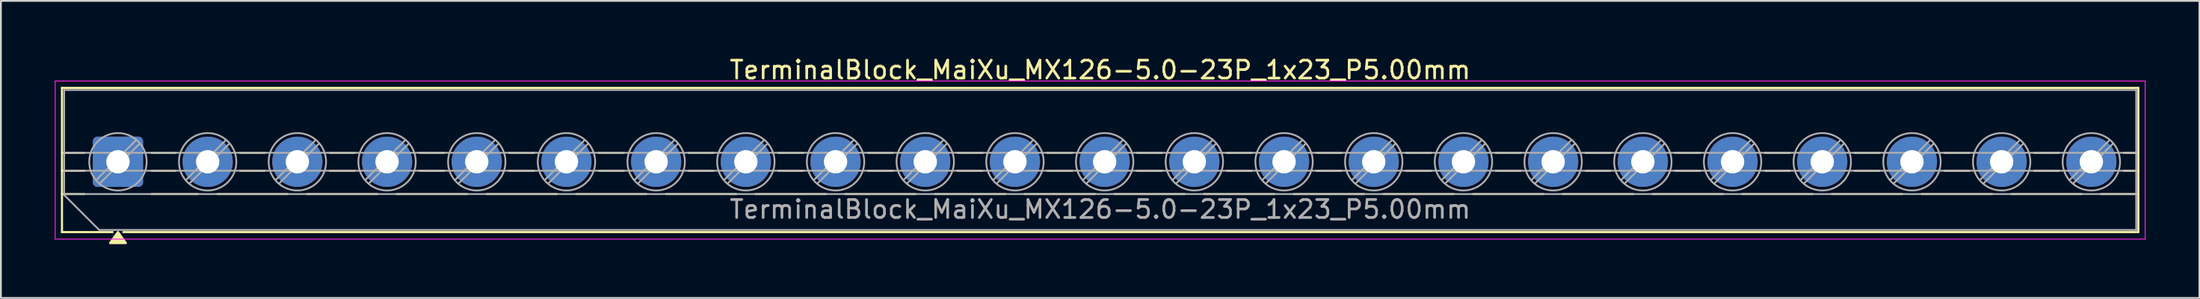
<source format=kicad_pcb>
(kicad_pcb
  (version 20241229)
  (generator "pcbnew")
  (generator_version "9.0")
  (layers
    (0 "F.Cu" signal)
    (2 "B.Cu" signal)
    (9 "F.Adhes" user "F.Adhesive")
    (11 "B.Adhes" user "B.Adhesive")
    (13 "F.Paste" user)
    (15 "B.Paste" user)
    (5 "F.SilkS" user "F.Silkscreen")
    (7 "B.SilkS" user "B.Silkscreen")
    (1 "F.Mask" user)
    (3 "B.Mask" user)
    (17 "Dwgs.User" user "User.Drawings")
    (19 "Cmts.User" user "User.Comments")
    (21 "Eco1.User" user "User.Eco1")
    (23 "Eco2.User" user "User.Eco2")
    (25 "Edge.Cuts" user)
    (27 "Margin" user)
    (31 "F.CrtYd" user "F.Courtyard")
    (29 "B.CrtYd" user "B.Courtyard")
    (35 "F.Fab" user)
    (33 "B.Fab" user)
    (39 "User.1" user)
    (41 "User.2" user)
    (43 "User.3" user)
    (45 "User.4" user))
  (footprint "TerminalBlock_MaiXu_MX126-5.0-23P_1x23_P5.00mm"
    (layer "F.Cu")
    (at 3.525 5.968)
    (property "Reference" "TerminalBlock_MaiXu_MX126-5.0-23P_1x23_P5.00mm" (at 54.75 -5.12 0) (layer "F.SilkS") (effects (font (size 1 1) (thickness 0.15))))
    (attr through_hole)
    (fp_line (start -3.12 -4.12) (end -3.12 3.92) (stroke (width 0.12) (type solid)) (layer "F.SilkS"))
    (fp_line (start -3.12 -4.12) (end 112.62 -4.12) (stroke (width 0.12) (type solid)) (layer "F.SilkS"))
    (fp_line (start -3.12 -0.5) (end -1.88 -0.5) (stroke (width 0.12) (type solid)) (layer "F.SilkS"))
    (fp_line (start -3.12 0.5) (end -1.88 0.5) (stroke (width 0.12) (type solid)) (layer "F.SilkS"))
    (fp_line (start -3.12 1.8) (end -1.88 1.8) (stroke (width 0.12) (type solid)) (layer "F.SilkS"))
    (fp_line (start -3.12 3.92) (end -0.3 3.92) (stroke (width 0.12) (type solid)) (layer "F.SilkS"))
    (fp_line (start 0.3 3.92) (end 112.62 3.92) (stroke (width 0.12) (type solid)) (layer "F.SilkS"))
    (fp_line (start 1.88 -0.5) (end 3.188 -0.5) (stroke (width 0.12) (type solid)) (layer "F.SilkS"))
    (fp_line (start 1.88 0.5) (end 3.188 0.5) (stroke (width 0.12) (type solid)) (layer "F.SilkS"))
    (fp_line (start 1.88 1.8) (end 4.457 1.8) (stroke (width 0.12) (type solid)) (layer "F.SilkS"))
    (fp_line (start 5.543 1.8) (end 9.457 1.8) (stroke (width 0.12) (type solid)) (layer "F.SilkS"))
    (fp_line (start 6.812 -0.5) (end 8.188 -0.5) (stroke (width 0.12) (type solid)) (layer "F.SilkS"))
    (fp_line (start 6.812 0.5) (end 8.188 0.5) (stroke (width 0.12) (type solid)) (layer "F.SilkS"))
    (fp_line (start 10.543 1.8) (end 14.457 1.8) (stroke (width 0.12) (type solid)) (layer "F.SilkS"))
    (fp_line (start 11.812 -0.5) (end 13.188 -0.5) (stroke (width 0.12) (type solid)) (layer "F.SilkS"))
    (fp_line (start 11.812 0.5) (end 13.188 0.5) (stroke (width 0.12) (type solid)) (layer "F.SilkS"))
    (fp_line (start 15.543 1.8) (end 19.457 1.8) (stroke (width 0.12) (type solid)) (layer "F.SilkS"))
    (fp_line (start 16.812 -0.5) (end 18.188 -0.5) (stroke (width 0.12) (type solid)) (layer "F.SilkS"))
    (fp_line (start 16.812 0.5) (end 18.188 0.5) (stroke (width 0.12) (type solid)) (layer "F.SilkS"))
    (fp_line (start 20.543 1.8) (end 24.457 1.8) (stroke (width 0.12) (type solid)) (layer "F.SilkS"))
    (fp_line (start 21.812 -0.5) (end 23.188 -0.5) (stroke (width 0.12) (type solid)) (layer "F.SilkS"))
    (fp_line (start 21.812 0.5) (end 23.188 0.5) (stroke (width 0.12) (type solid)) (layer "F.SilkS"))
    (fp_line (start 25.543 1.8) (end 29.457 1.8) (stroke (width 0.12) (type solid)) (layer "F.SilkS"))
    (fp_line (start 26.812 -0.5) (end 28.188 -0.5) (stroke (width 0.12) (type solid)) (layer "F.SilkS"))
    (fp_line (start 26.812 0.5) (end 28.188 0.5) (stroke (width 0.12) (type solid)) (layer "F.SilkS"))
    (fp_line (start 30.543 1.8) (end 34.457 1.8) (stroke (width 0.12) (type solid)) (layer "F.SilkS"))
    (fp_line (start 31.812 -0.5) (end 33.188 -0.5) (stroke (width 0.12) (type solid)) (layer "F.SilkS"))
    (fp_line (start 31.812 0.5) (end 33.188 0.5) (stroke (width 0.12) (type solid)) (layer "F.SilkS"))
    (fp_line (start 35.543 1.8) (end 39.457 1.8) (stroke (width 0.12) (type solid)) (layer "F.SilkS"))
    (fp_line (start 36.812 -0.5) (end 38.188 -0.5) (stroke (width 0.12) (type solid)) (layer "F.SilkS"))
    (fp_line (start 36.812 0.5) (end 38.188 0.5) (stroke (width 0.12) (type solid)) (layer "F.SilkS"))
    (fp_line (start 40.543 1.8) (end 44.457 1.8) (stroke (width 0.12) (type solid)) (layer "F.SilkS"))
    (fp_line (start 41.812 -0.5) (end 43.188 -0.5) (stroke (width 0.12) (type solid)) (layer "F.SilkS"))
    (fp_line (start 41.812 0.5) (end 43.188 0.5) (stroke (width 0.12) (type solid)) (layer "F.SilkS"))
    (fp_line (start 45.543 1.8) (end 49.457 1.8) (stroke (width 0.12) (type solid)) (layer "F.SilkS"))
    (fp_line (start 46.812 -0.5) (end 48.188 -0.5) (stroke (width 0.12) (type solid)) (layer "F.SilkS"))
    (fp_line (start 46.812 0.5) (end 48.188 0.5) (stroke (width 0.12) (type solid)) (layer "F.SilkS"))
    (fp_line (start 50.543 1.8) (end 54.457 1.8) (stroke (width 0.12) (type solid)) (layer "F.SilkS"))
    (fp_line (start 51.812 -0.5) (end 53.188 -0.5) (stroke (width 0.12) (type solid)) (layer "F.SilkS"))
    (fp_line (start 51.812 0.5) (end 53.188 0.5) (stroke (width 0.12) (type solid)) (layer "F.SilkS"))
    (fp_line (start 55.543 1.8) (end 59.457 1.8) (stroke (width 0.12) (type solid)) (layer "F.SilkS"))
    (fp_line (start 56.812 -0.5) (end 58.188 -0.5) (stroke (width 0.12) (type solid)) (layer "F.SilkS"))
    (fp_line (start 56.812 0.5) (end 58.188 0.5) (stroke (width 0.12) (type solid)) (layer "F.SilkS"))
    (fp_line (start 60.543 1.8) (end 64.457 1.8) (stroke (width 0.12) (type solid)) (layer "F.SilkS"))
    (fp_line (start 61.812 -0.5) (end 63.188 -0.5) (stroke (width 0.12) (type solid)) (layer "F.SilkS"))
    (fp_line (start 61.812 0.5) (end 63.188 0.5) (stroke (width 0.12) (type solid)) (layer "F.SilkS"))
    (fp_line (start 65.543 1.8) (end 69.457 1.8) (stroke (width 0.12) (type solid)) (layer "F.SilkS"))
    (fp_line (start 66.812 -0.5) (end 68.188 -0.5) (stroke (width 0.12) (type solid)) (layer "F.SilkS"))
    (fp_line (start 66.812 0.5) (end 68.188 0.5) (stroke (width 0.12) (type solid)) (layer "F.SilkS"))
    (fp_line (start 70.543 1.8) (end 74.457 1.8) (stroke (width 0.12) (type solid)) (layer "F.SilkS"))
    (fp_line (start 71.812 -0.5) (end 73.188 -0.5) (stroke (width 0.12) (type solid)) (layer "F.SilkS"))
    (fp_line (start 71.812 0.5) (end 73.188 0.5) (stroke (width 0.12) (type solid)) (layer "F.SilkS"))
    (fp_line (start 75.543 1.8) (end 79.457 1.8) (stroke (width 0.12) (type solid)) (layer "F.SilkS"))
    (fp_line (start 76.812 -0.5) (end 78.188 -0.5) (stroke (width 0.12) (type solid)) (layer "F.SilkS"))
    (fp_line (start 76.812 0.5) (end 78.188 0.5) (stroke (width 0.12) (type solid)) (layer "F.SilkS"))
    (fp_line (start 80.543 1.8) (end 84.457 1.8) (stroke (width 0.12) (type solid)) (layer "F.SilkS"))
    (fp_line (start 81.812 -0.5) (end 83.188 -0.5) (stroke (width 0.12) (type solid)) (layer "F.SilkS"))
    (fp_line (start 81.812 0.5) (end 83.188 0.5) (stroke (width 0.12) (type solid)) (layer "F.SilkS"))
    (fp_line (start 85.543 1.8) (end 89.457 1.8) (stroke (width 0.12) (type solid)) (layer "F.SilkS"))
    (fp_line (start 86.812 -0.5) (end 88.188 -0.5) (stroke (width 0.12) (type solid)) (layer "F.SilkS"))
    (fp_line (start 86.812 0.5) (end 88.188 0.5) (stroke (width 0.12) (type solid)) (layer "F.SilkS"))
    (fp_line (start 90.543 1.8) (end 94.457 1.8) (stroke (width 0.12) (type solid)) (layer "F.SilkS"))
    (fp_line (start 91.812 -0.5) (end 93.188 -0.5) (stroke (width 0.12) (type solid)) (layer "F.SilkS"))
    (fp_line (start 91.812 0.5) (end 93.188 0.5) (stroke (width 0.12) (type solid)) (layer "F.SilkS"))
    (fp_line (start 95.543 1.8) (end 99.457 1.8) (stroke (width 0.12) (type solid)) (layer "F.SilkS"))
    (fp_line (start 96.812 -0.5) (end 98.188 -0.5) (stroke (width 0.12) (type solid)) (layer "F.SilkS"))
    (fp_line (start 96.812 0.5) (end 98.188 0.5) (stroke (width 0.12) (type solid)) (layer "F.SilkS"))
    (fp_line (start 100.543 1.8) (end 104.457 1.8) (stroke (width 0.12) (type solid)) (layer "F.SilkS"))
    (fp_line (start 101.812 -0.5) (end 103.188 -0.5) (stroke (width 0.12) (type solid)) (layer "F.SilkS"))
    (fp_line (start 101.812 0.5) (end 103.188 0.5) (stroke (width 0.12) (type solid)) (layer "F.SilkS"))
    (fp_line (start 105.543 1.8) (end 109.457 1.8) (stroke (width 0.12) (type solid)) (layer "F.SilkS"))
    (fp_line (start 106.812 -0.5) (end 108.188 -0.5) (stroke (width 0.12) (type solid)) (layer "F.SilkS"))
    (fp_line (start 106.812 0.5) (end 108.188 0.5) (stroke (width 0.12) (type solid)) (layer "F.SilkS"))
    (fp_line (start 110.543 1.8) (end 112.62 1.8) (stroke (width 0.12) (type solid)) (layer "F.SilkS"))
    (fp_line (start 111.812 -0.5) (end 112.62 -0.5) (stroke (width 0.12) (type solid)) (layer "F.SilkS"))
    (fp_line (start 111.812 0.5) (end 112.62 0.5) (stroke (width 0.12) (type solid)) (layer "F.SilkS"))
    (fp_line (start 112.62 -4.12) (end 112.62 3.92) (stroke (width 0.12) (type solid)) (layer "F.SilkS"))
    (fp_poly (pts (xy 0 3.92) (xy 0.44 4.53) (xy -0.44 4.53)) (stroke (width 0.12) (type solid)) (fill yes) (layer "F.SilkS"))
    (fp_line (start -3.5 -4.5) (end -3.5 4.31) (stroke (width 0.05) (type solid)) (layer "F.CrtYd"))
    (fp_line (start -3.5 4.31) (end 113 4.31) (stroke (width 0.05) (type solid)) (layer "F.CrtYd"))
    (fp_line (start 113 -4.5) (end -3.5 -4.5) (stroke (width 0.05) (type solid)) (layer "F.CrtYd"))
    (fp_line (start 113 4.31) (end 113 -4.5) (stroke (width 0.05) (type solid)) (layer "F.CrtYd"))
    (fp_line (start -3 -4) (end 112.5 -4) (stroke (width 0.1) (type solid)) (layer "F.Fab"))
    (fp_line (start -3 -0.5) (end 112.5 -0.5) (stroke (width 0.1) (type solid)) (layer "F.Fab"))
    (fp_line (start -3 0.5) (end 112.5 0.5) (stroke (width 0.1) (type solid)) (layer "F.Fab"))
    (fp_line (start -3 1.8) (end 112.5 1.8) (stroke (width 0.1) (type solid)) (layer "F.Fab"))
    (fp_line (start -3 1.85) (end -3 -4) (stroke (width 0.1) (type solid)) (layer "F.Fab"))
    (fp_line (start -1.05 3.8) (end -3 1.85) (stroke (width 0.1) (type solid)) (layer "F.Fab"))
    (fp_line (start 1.018 -1.213) (end -1.213 1.018) (stroke (width 0.1) (type solid)) (layer "F.Fab"))
    (fp_line (start 1.213 -1.018) (end -1.018 1.213) (stroke (width 0.1) (type solid)) (layer "F.Fab"))
    (fp_line (start 6.018 -1.213) (end 3.787 1.018) (stroke (width 0.1) (type solid)) (layer "F.Fab"))
    (fp_line (start 6.213 -1.018) (end 3.982 1.213) (stroke (width 0.1) (type solid)) (layer "F.Fab"))
    (fp_line (start 11.018 -1.213) (end 8.787 1.018) (stroke (width 0.1) (type solid)) (layer "F.Fab"))
    (fp_line (start 11.213 -1.018) (end 8.982 1.213) (stroke (width 0.1) (type solid)) (layer "F.Fab"))
    (fp_line (start 16.018 -1.213) (end 13.787 1.018) (stroke (width 0.1) (type solid)) (layer "F.Fab"))
    (fp_line (start 16.213 -1.018) (end 13.982 1.213) (stroke (width 0.1) (type solid)) (layer "F.Fab"))
    (fp_line (start 21.018 -1.213) (end 18.787 1.018) (stroke (width 0.1) (type solid)) (layer "F.Fab"))
    (fp_line (start 21.213 -1.018) (end 18.982 1.213) (stroke (width 0.1) (type solid)) (layer "F.Fab"))
    (fp_line (start 26.018 -1.213) (end 23.787 1.018) (stroke (width 0.1) (type solid)) (layer "F.Fab"))
    (fp_line (start 26.213 -1.018) (end 23.982 1.213) (stroke (width 0.1) (type solid)) (layer "F.Fab"))
    (fp_line (start 31.018 -1.213) (end 28.787 1.018) (stroke (width 0.1) (type solid)) (layer "F.Fab"))
    (fp_line (start 31.213 -1.018) (end 28.982 1.213) (stroke (width 0.1) (type solid)) (layer "F.Fab"))
    (fp_line (start 36.018 -1.213) (end 33.787 1.018) (stroke (width 0.1) (type solid)) (layer "F.Fab"))
    (fp_line (start 36.213 -1.018) (end 33.982 1.213) (stroke (width 0.1) (type solid)) (layer "F.Fab"))
    (fp_line (start 41.018 -1.213) (end 38.787 1.018) (stroke (width 0.1) (type solid)) (layer "F.Fab"))
    (fp_line (start 41.213 -1.018) (end 38.982 1.213) (stroke (width 0.1) (type solid)) (layer "F.Fab"))
    (fp_line (start 46.018 -1.213) (end 43.787 1.018) (stroke (width 0.1) (type solid)) (layer "F.Fab"))
    (fp_line (start 46.213 -1.018) (end 43.982 1.213) (stroke (width 0.1) (type solid)) (layer "F.Fab"))
    (fp_line (start 51.018 -1.213) (end 48.787 1.018) (stroke (width 0.1) (type solid)) (layer "F.Fab"))
    (fp_line (start 51.213 -1.018) (end 48.982 1.213) (stroke (width 0.1) (type solid)) (layer "F.Fab"))
    (fp_line (start 56.018 -1.213) (end 53.787 1.018) (stroke (width 0.1) (type solid)) (layer "F.Fab"))
    (fp_line (start 56.213 -1.018) (end 53.982 1.213) (stroke (width 0.1) (type solid)) (layer "F.Fab"))
    (fp_line (start 61.018 -1.213) (end 58.787 1.018) (stroke (width 0.1) (type solid)) (layer "F.Fab"))
    (fp_line (start 61.213 -1.018) (end 58.982 1.213) (stroke (width 0.1) (type solid)) (layer "F.Fab"))
    (fp_line (start 66.018 -1.213) (end 63.787 1.018) (stroke (width 0.1) (type solid)) (layer "F.Fab"))
    (fp_line (start 66.213 -1.018) (end 63.982 1.213) (stroke (width 0.1) (type solid)) (layer "F.Fab"))
    (fp_line (start 71.018 -1.213) (end 68.787 1.018) (stroke (width 0.1) (type solid)) (layer "F.Fab"))
    (fp_line (start 71.213 -1.018) (end 68.982 1.213) (stroke (width 0.1) (type solid)) (layer "F.Fab"))
    (fp_line (start 76.018 -1.213) (end 73.787 1.018) (stroke (width 0.1) (type solid)) (layer "F.Fab"))
    (fp_line (start 76.213 -1.018) (end 73.982 1.213) (stroke (width 0.1) (type solid)) (layer "F.Fab"))
    (fp_line (start 81.018 -1.213) (end 78.787 1.018) (stroke (width 0.1) (type solid)) (layer "F.Fab"))
    (fp_line (start 81.213 -1.018) (end 78.982 1.213) (stroke (width 0.1) (type solid)) (layer "F.Fab"))
    (fp_line (start 86.018 -1.213) (end 83.787 1.018) (stroke (width 0.1) (type solid)) (layer "F.Fab"))
    (fp_line (start 86.213 -1.018) (end 83.982 1.213) (stroke (width 0.1) (type solid)) (layer "F.Fab"))
    (fp_line (start 91.018 -1.213) (end 88.787 1.018) (stroke (width 0.1) (type solid)) (layer "F.Fab"))
    (fp_line (start 91.213 -1.018) (end 88.982 1.213) (stroke (width 0.1) (type solid)) (layer "F.Fab"))
    (fp_line (start 96.018 -1.213) (end 93.787 1.018) (stroke (width 0.1) (type solid)) (layer "F.Fab"))
    (fp_line (start 96.213 -1.018) (end 93.982 1.213) (stroke (width 0.1) (type solid)) (layer "F.Fab"))
    (fp_line (start 101.018 -1.213) (end 98.787 1.018) (stroke (width 0.1) (type solid)) (layer "F.Fab"))
    (fp_line (start 101.213 -1.018) (end 98.982 1.213) (stroke (width 0.1) (type solid)) (layer "F.Fab"))
    (fp_line (start 106.018 -1.213) (end 103.787 1.018) (stroke (width 0.1) (type solid)) (layer "F.Fab"))
    (fp_line (start 106.213 -1.018) (end 103.982 1.213) (stroke (width 0.1) (type solid)) (layer "F.Fab"))
    (fp_line (start 111.018 -1.213) (end 108.787 1.018) (stroke (width 0.1) (type solid)) (layer "F.Fab"))
    (fp_line (start 111.213 -1.018) (end 108.982 1.213) (stroke (width 0.1) (type solid)) (layer "F.Fab"))
    (fp_line (start 112.5 -4) (end 112.5 3.8) (stroke (width 0.1) (type solid)) (layer "F.Fab"))
    (fp_line (start 112.5 3.8) (end -1.05 3.8) (stroke (width 0.1) (type solid)) (layer "F.Fab"))
    (fp_circle (center 0 0) (end 1.6 0) (stroke (width 0.1) (type solid)) (fill no) (layer "F.Fab"))
    (fp_circle (center 5 0) (end 6.6 0) (stroke (width 0.1) (type solid)) (fill no) (layer "F.Fab"))
    (fp_circle (center 10 0) (end 11.6 0) (stroke (width 0.1) (type solid)) (fill no) (layer "F.Fab"))
    (fp_circle (center 15 0) (end 16.6 0) (stroke (width 0.1) (type solid)) (fill no) (layer "F.Fab"))
    (fp_circle (center 20 0) (end 21.6 0) (stroke (width 0.1) (type solid)) (fill no) (layer "F.Fab"))
    (fp_circle (center 25 0) (end 26.6 0) (stroke (width 0.1) (type solid)) (fill no) (layer "F.Fab"))
    (fp_circle (center 30 0) (end 31.6 0) (stroke (width 0.1) (type solid)) (fill no) (layer "F.Fab"))
    (fp_circle (center 35 0) (end 36.6 0) (stroke (width 0.1) (type solid)) (fill no) (layer "F.Fab"))
    (fp_circle (center 40 0) (end 41.6 0) (stroke (width 0.1) (type solid)) (fill no) (layer "F.Fab"))
    (fp_circle (center 45 0) (end 46.6 0) (stroke (width 0.1) (type solid)) (fill no) (layer "F.Fab"))
    (fp_circle (center 50 0) (end 51.6 0) (stroke (width 0.1) (type solid)) (fill no) (layer "F.Fab"))
    (fp_circle (center 55 0) (end 56.6 0) (stroke (width 0.1) (type solid)) (fill no) (layer "F.Fab"))
    (fp_circle (center 60 0) (end 61.6 0) (stroke (width 0.1) (type solid)) (fill no) (layer "F.Fab"))
    (fp_circle (center 65 0) (end 66.6 0) (stroke (width 0.1) (type solid)) (fill no) (layer "F.Fab"))
    (fp_circle (center 70 0) (end 71.6 0) (stroke (width 0.1) (type solid)) (fill no) (layer "F.Fab"))
    (fp_circle (center 75 0) (end 76.6 0) (stroke (width 0.1) (type solid)) (fill no) (layer "F.Fab"))
    (fp_circle (center 80 0) (end 81.6 0) (stroke (width 0.1) (type solid)) (fill no) (layer "F.Fab"))
    (fp_circle (center 85 0) (end 86.6 0) (stroke (width 0.1) (type solid)) (fill no) (layer "F.Fab"))
    (fp_circle (center 90 0) (end 91.6 0) (stroke (width 0.1) (type solid)) (fill no) (layer "F.Fab"))
    (fp_circle (center 95 0) (end 96.6 0) (stroke (width 0.1) (type solid)) (fill no) (layer "F.Fab"))
    (fp_circle (center 100 0) (end 101.6 0) (stroke (width 0.1) (type solid)) (fill no) (layer "F.Fab"))
    (fp_circle (center 105 0) (end 106.6 0) (stroke (width 0.1) (type solid)) (fill no) (layer "F.Fab"))
    (fp_circle (center 110 0) (end 111.6 0) (stroke (width 0.1) (type solid)) (fill no) (layer "F.Fab"))
    (fp_text user "${REFERENCE}" (at 54.75 2.65 0) (layer "F.Fab") (effects (font (size 1 1) (thickness 0.15))))
    (pad "1" thru_hole roundrect (at 0 0) (size 2.8 2.8) (drill 1.3) (layers "*.Cu" "*.Mask") (roundrect_rratio 0.089))
    (pad "2" thru_hole circle (at 5 0) (size 2.8 2.8) (drill 1.3) (layers "*.Cu" "*.Mask"))
    (pad "3" thru_hole circle (at 10 0) (size 2.8 2.8) (drill 1.3) (layers "*.Cu" "*.Mask"))
    (pad "4" thru_hole circle (at 15 0) (size 2.8 2.8) (drill 1.3) (layers "*.Cu" "*.Mask"))
    (pad "5" thru_hole circle (at 20 0) (size 2.8 2.8) (drill 1.3) (layers "*.Cu" "*.Mask"))
    (pad "6" thru_hole circle (at 25 0) (size 2.8 2.8) (drill 1.3) (layers "*.Cu" "*.Mask"))
    (pad "7" thru_hole circle (at 30 0) (size 2.8 2.8) (drill 1.3) (layers "*.Cu" "*.Mask"))
    (pad "8" thru_hole circle (at 35 0) (size 2.8 2.8) (drill 1.3) (layers "*.Cu" "*.Mask"))
    (pad "9" thru_hole circle (at 40 0) (size 2.8 2.8) (drill 1.3) (layers "*.Cu" "*.Mask"))
    (pad "10" thru_hole circle (at 45 0) (size 2.8 2.8) (drill 1.3) (layers "*.Cu" "*.Mask"))
    (pad "11" thru_hole circle (at 50 0) (size 2.8 2.8) (drill 1.3) (layers "*.Cu" "*.Mask"))
    (pad "12" thru_hole circle (at 55 0) (size 2.8 2.8) (drill 1.3) (layers "*.Cu" "*.Mask"))
    (pad "13" thru_hole circle (at 60 0) (size 2.8 2.8) (drill 1.3) (layers "*.Cu" "*.Mask"))
    (pad "14" thru_hole circle (at 65 0) (size 2.8 2.8) (drill 1.3) (layers "*.Cu" "*.Mask"))
    (pad "15" thru_hole circle (at 70 0) (size 2.8 2.8) (drill 1.3) (layers "*.Cu" "*.Mask"))
    (pad "16" thru_hole circle (at 75 0) (size 2.8 2.8) (drill 1.3) (layers "*.Cu" "*.Mask"))
    (pad "17" thru_hole circle (at 80 0) (size 2.8 2.8) (drill 1.3) (layers "*.Cu" "*.Mask"))
    (pad "18" thru_hole circle (at 85 0) (size 2.8 2.8) (drill 1.3) (layers "*.Cu" "*.Mask"))
    (pad "19" thru_hole circle (at 90 0) (size 2.8 2.8) (drill 1.3) (layers "*.Cu" "*.Mask"))
    (pad "20" thru_hole circle (at 95 0) (size 2.8 2.8) (drill 1.3) (layers "*.Cu" "*.Mask"))
    (pad "21" thru_hole circle (at 100 0) (size 2.8 2.8) (drill 1.3) (layers "*.Cu" "*.Mask"))
    (pad "22" thru_hole circle (at 105 0) (size 2.8 2.8) (drill 1.3) (layers "*.Cu" "*.Mask"))
    (pad "23" thru_hole circle (at 110 0) (size 2.8 2.8) (drill 1.3) (layers "*.Cu" "*.Mask")))
  (gr_rect
    (start -3 -3)
    (end 119.55 13.558)
    (stroke (width 0.1) (type default))
    (fill no)
    (layer "Edge.Cuts")))
</source>
